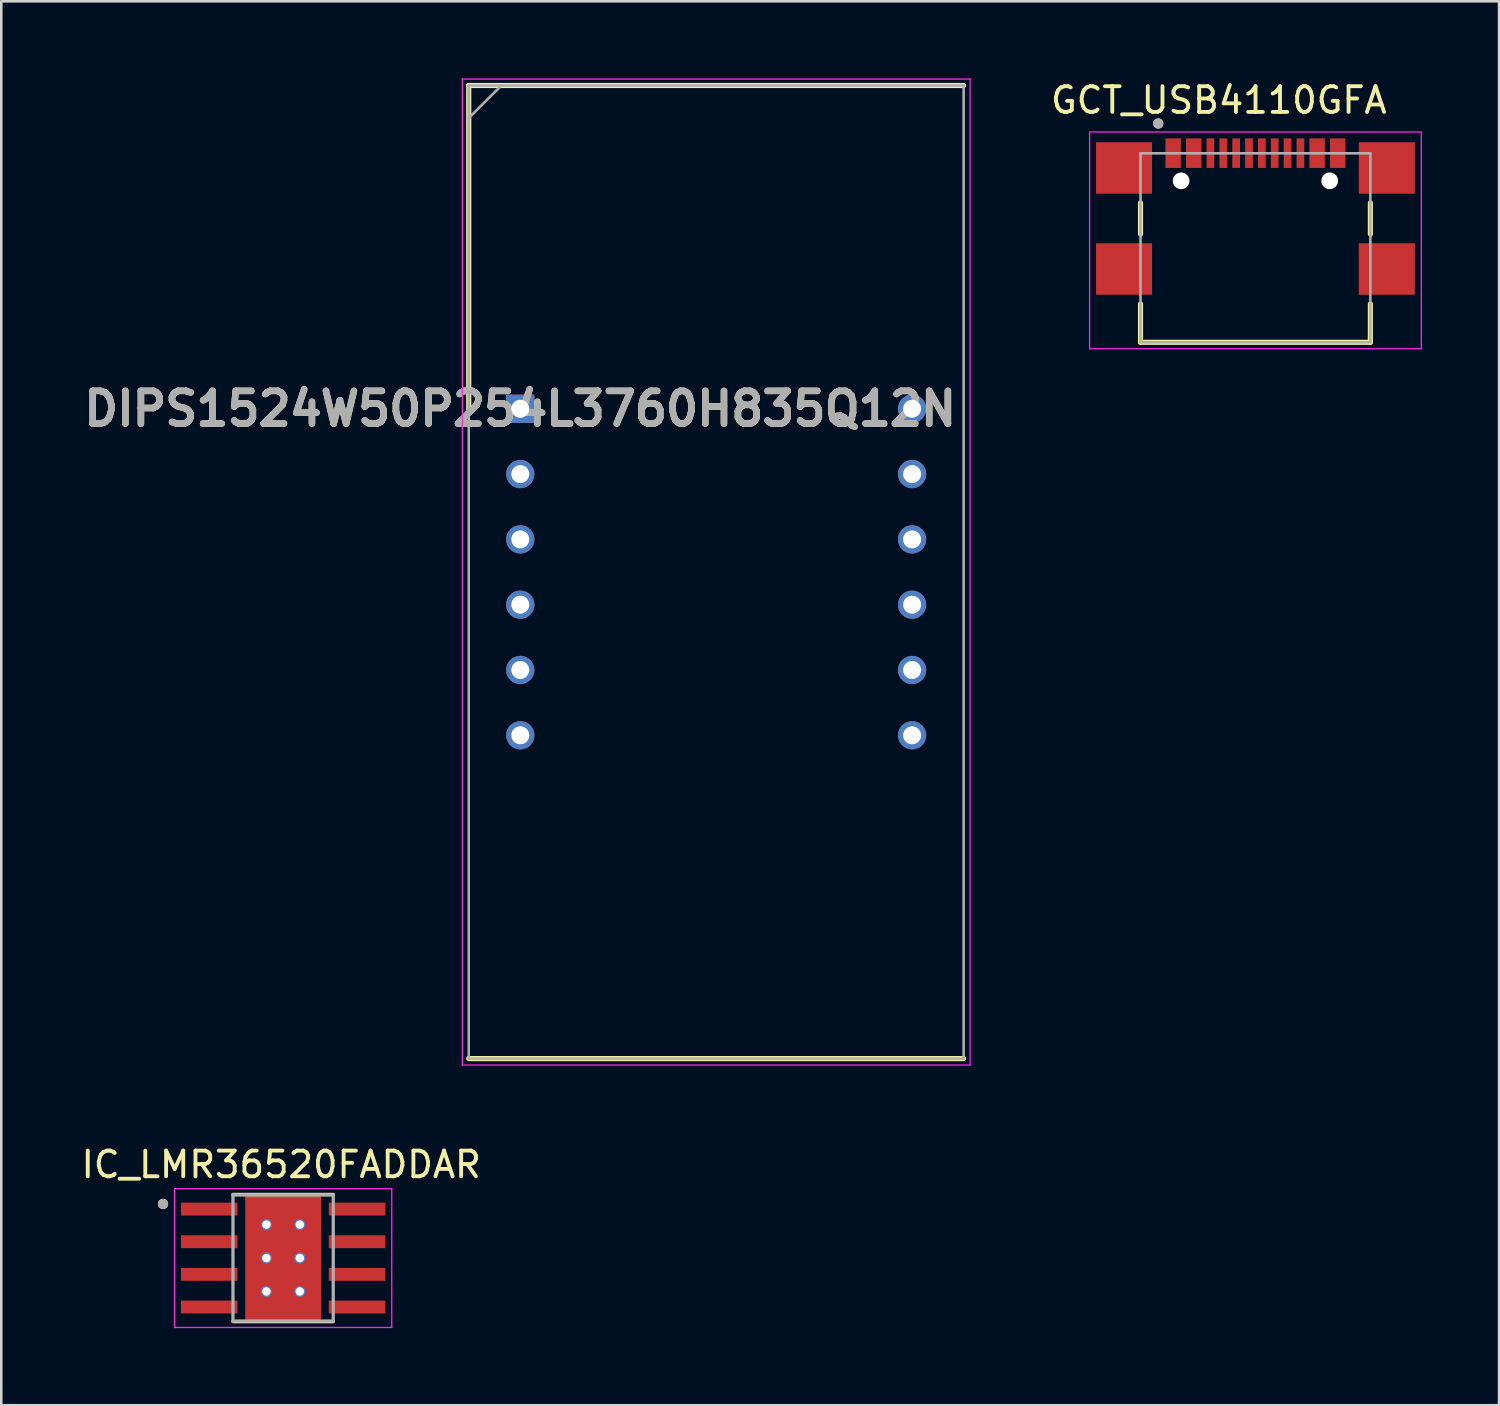
<source format=kicad_pcb>
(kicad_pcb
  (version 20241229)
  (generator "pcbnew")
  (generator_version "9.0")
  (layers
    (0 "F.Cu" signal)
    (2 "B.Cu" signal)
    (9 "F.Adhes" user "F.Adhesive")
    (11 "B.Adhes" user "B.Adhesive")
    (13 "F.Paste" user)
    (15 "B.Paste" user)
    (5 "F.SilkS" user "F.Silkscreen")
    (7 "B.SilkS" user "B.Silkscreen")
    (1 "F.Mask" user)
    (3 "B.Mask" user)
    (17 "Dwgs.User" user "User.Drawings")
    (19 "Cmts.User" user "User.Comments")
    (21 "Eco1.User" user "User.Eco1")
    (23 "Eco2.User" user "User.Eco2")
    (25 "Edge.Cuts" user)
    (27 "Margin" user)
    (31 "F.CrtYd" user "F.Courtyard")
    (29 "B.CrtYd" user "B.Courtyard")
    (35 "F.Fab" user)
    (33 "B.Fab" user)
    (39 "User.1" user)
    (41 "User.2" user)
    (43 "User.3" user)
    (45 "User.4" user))
  (footprint "DIPS1524W50P254L3760H835Q12N"
    (layer "F.Cu")
    (at 17.187 12.85)
    (property "Reference" "DIPS1524W50P254L3760H835Q12N" (at 0 0 0) (layer "F.SilkS") (effects (font (size 1.27 1.27) (thickness 0.254))))
    (attr through_hole)
    (fp_line (start -2.005 -12.575) (end -2.005 0) (stroke (width 0.2) (type solid)) (layer "F.SilkS"))
    (fp_line (start -2.005 25.275) (end 17.245 25.275) (stroke (width 0.2) (type solid)) (layer "F.SilkS"))
    (fp_line (start 17.245 -12.575) (end -2.005 -12.575) (stroke (width 0.2) (type solid)) (layer "F.SilkS"))
    (fp_line (start -2.255 -12.825) (end 17.495 -12.825) (stroke (width 0.05) (type solid)) (layer "F.CrtYd"))
    (fp_line (start -2.255 25.525) (end -2.255 -12.825) (stroke (width 0.05) (type solid)) (layer "F.CrtYd"))
    (fp_line (start 17.495 -12.825) (end 17.495 25.525) (stroke (width 0.05) (type solid)) (layer "F.CrtYd"))
    (fp_line (start 17.495 25.525) (end -2.255 25.525) (stroke (width 0.05) (type solid)) (layer "F.CrtYd"))
    (fp_line (start -2.005 -12.575) (end 17.245 -12.575) (stroke (width 0.1) (type solid)) (layer "F.Fab"))
    (fp_line (start -2.005 -11.305) (end -0.735 -12.575) (stroke (width 0.1) (type solid)) (layer "F.Fab"))
    (fp_line (start -2.005 25.275) (end -2.005 -12.575) (stroke (width 0.1) (type solid)) (layer "F.Fab"))
    (fp_line (start 17.245 -12.575) (end 17.245 25.275) (stroke (width 0.1) (type solid)) (layer "F.Fab"))
    (fp_line (start 17.245 25.275) (end -2.005 25.275) (stroke (width 0.1) (type solid)) (layer "F.Fab"))
    (fp_text user "${REFERENCE}" (at 0 0 0) (layer "F.Fab") (effects (font (size 1.27 1.27) (thickness 0.254))))
    (pad "1" thru_hole rect (at 0 0) (size 1.1 1.1) (drill 0.7) (layers "*.Cu" "*.Mask"))
    (pad "2" thru_hole circle (at 0 2.54) (size 1.1 1.1) (drill 0.7) (layers "*.Cu" "*.Mask"))
    (pad "3" thru_hole circle (at 0 5.08) (size 1.1 1.1) (drill 0.7) (layers "*.Cu" "*.Mask"))
    (pad "4" thru_hole circle (at 0 7.62) (size 1.1 1.1) (drill 0.7) (layers "*.Cu" "*.Mask"))
    (pad "5" thru_hole circle (at 0 10.16) (size 1.1 1.1) (drill 0.7) (layers "*.Cu" "*.Mask"))
    (pad "6" thru_hole circle (at 0 12.7) (size 1.1 1.1) (drill 0.7) (layers "*.Cu" "*.Mask"))
    (pad "7" thru_hole circle (at 15.24 12.7) (size 1.1 1.1) (drill 0.7) (layers "*.Cu" "*.Mask"))
    (pad "8" thru_hole circle (at 15.24 10.16) (size 1.1 1.1) (drill 0.7) (layers "*.Cu" "*.Mask"))
    (pad "9" thru_hole circle (at 15.24 7.62) (size 1.1 1.1) (drill 0.7) (layers "*.Cu" "*.Mask"))
    (pad "10" thru_hole circle (at 15.24 5.08) (size 1.1 1.1) (drill 0.7) (layers "*.Cu" "*.Mask"))
    (pad "11" thru_hole circle (at 15.24 2.54) (size 1.1 1.1) (drill 0.7) (layers "*.Cu" "*.Mask"))
    (pad "12" thru_hole circle (at 15.24 0) (size 1.1 1.1) (drill 0.7) (layers "*.Cu" "*.Mask")))
  (footprint "IC_LMR36520FADDAR"
    (layer "F.Cu")
    (at 7.962 45.883)
    (property "Reference" "IC_LMR36520FADDAR" (at -0.075 -3.635 0) (layer "F.SilkS") (effects (font (size 1 1) (thickness 0.15))))
    (attr smd)
    (fp_poly (pts (xy -4.045 -2.225) (xy -4.045 -1.585) (xy -1.705 -1.585) (xy -1.705 -2.225)) (stroke (width 0.01) (type solid)) (fill yes) (layer "F.Mask"))
    (fp_poly (pts (xy -4.045 -0.955) (xy -4.045 -0.315) (xy -1.705 -0.315) (xy -1.705 -0.955)) (stroke (width 0.01) (type solid)) (fill yes) (layer "F.Mask"))
    (fp_poly (pts (xy -4.045 0.315) (xy -4.045 0.955) (xy -1.705 0.955) (xy -1.705 0.315)) (stroke (width 0.01) (type solid)) (fill yes) (layer "F.Mask"))
    (fp_poly (pts (xy -4.045 1.585) (xy -4.045 2.225) (xy -1.705 2.225) (xy -1.705 1.585)) (stroke (width 0.01) (type solid)) (fill yes) (layer "F.Mask"))
    (fp_poly (pts (xy -1.2 -1.55) (xy 1.2 -1.55) (xy 1.2 1.55) (xy -1.2 1.55)) (stroke (width 0.01) (type solid)) (fill yes) (layer "F.Mask"))
    (fp_poly (pts (xy 1.705 -2.225) (xy 1.705 -1.585) (xy 4.045 -1.585) (xy 4.045 -2.225)) (stroke (width 0.01) (type solid)) (fill yes) (layer "F.Mask"))
    (fp_poly (pts (xy 1.705 -0.955) (xy 1.705 -0.315) (xy 4.045 -0.315) (xy 4.045 -0.955)) (stroke (width 0.01) (type solid)) (fill yes) (layer "F.Mask"))
    (fp_poly (pts (xy 1.705 0.315) (xy 1.705 0.955) (xy 4.045 0.955) (xy 4.045 0.315)) (stroke (width 0.01) (type solid)) (fill yes) (layer "F.Mask"))
    (fp_poly (pts (xy 1.705 1.585) (xy 1.705 2.225) (xy 4.045 2.225) (xy 4.045 1.585)) (stroke (width 0.01) (type solid)) (fill yes) (layer "F.Mask"))
    (fp_line (start -1.95 -2.475) (end 1.95 -2.475) (stroke (width 0.127) (type solid)) (layer "F.SilkS"))
    (fp_line (start -1.95 2.475) (end 1.95 2.475) (stroke (width 0.127) (type solid)) (layer "F.SilkS"))
    (fp_circle (center -4.67 -2.105) (end -4.57 -2.105) (stroke (width 0.2) (type solid)) (fill no) (layer "F.SilkS"))
    (fp_poly (pts (xy -1.2 -1.55) (xy 1.2 -1.55) (xy 1.2 1.55) (xy -1.2 1.55)) (stroke (width 0.01) (type solid)) (fill yes) (layer "F.Paste"))
    (fp_line (start -4.225 -2.7) (end -4.225 2.7) (stroke (width 0.05) (type solid)) (layer "F.CrtYd"))
    (fp_line (start -4.225 -2.7) (end 4.225 -2.7) (stroke (width 0.05) (type solid)) (layer "F.CrtYd"))
    (fp_line (start -4.225 2.7) (end 4.225 2.7) (stroke (width 0.05) (type solid)) (layer "F.CrtYd"))
    (fp_line (start 4.225 -2.7) (end 4.225 2.7) (stroke (width 0.05) (type solid)) (layer "F.CrtYd"))
    (fp_line (start -1.95 -2.45) (end -1.95 2.45) (stroke (width 0.127) (type solid)) (layer "F.Fab"))
    (fp_line (start -1.95 -2.45) (end 1.95 -2.45) (stroke (width 0.127) (type solid)) (layer "F.Fab"))
    (fp_line (start -1.95 2.45) (end 1.95 2.45) (stroke (width 0.127) (type solid)) (layer "F.Fab"))
    (fp_line (start 1.95 -2.45) (end 1.95 2.45) (stroke (width 0.127) (type solid)) (layer "F.Fab"))
    (fp_circle (center -4.67 -2.105) (end -4.57 -2.105) (stroke (width 0.2) (type solid)) (fill no) (layer "F.Fab"))
    (pad "1" smd roundrect (at -2.875 -1.905) (size 2.2 0.5) (layers "F.Cu" "F.Paste") (roundrect_rratio 0.025))
    (pad "2" smd roundrect (at -2.875 -0.635) (size 2.2 0.5) (layers "F.Cu" "F.Paste") (roundrect_rratio 0.025))
    (pad "3" smd roundrect (at -2.875 0.635) (size 2.2 0.5) (layers "F.Cu" "F.Paste") (roundrect_rratio 0.025))
    (pad "4" smd roundrect (at -2.875 1.905) (size 2.2 0.5) (layers "F.Cu" "F.Paste") (roundrect_rratio 0.025))
    (pad "5" smd roundrect (at 2.875 1.905) (size 2.2 0.5) (layers "F.Cu" "F.Paste") (roundrect_rratio 0.025))
    (pad "6" smd roundrect (at 2.875 0.635) (size 2.2 0.5) (layers "F.Cu" "F.Paste") (roundrect_rratio 0.025))
    (pad "7" smd roundrect (at 2.875 -0.635) (size 2.2 0.5) (layers "F.Cu" "F.Paste") (roundrect_rratio 0.025))
    (pad "8" smd roundrect (at 2.875 -1.905) (size 2.2 0.5) (layers "F.Cu" "F.Paste") (roundrect_rratio 0.025))
    (pad "9" smd rect (at 0 0) (size 2.95 4.9) (layers "F.Cu"))
    (pad "10" thru_hole circle (at -0.65 -1.3) (size 0.43 0.43) (drill 0.33) (layers "*.Cu"))
    (pad "11" thru_hole circle (at 0.65 -1.3) (size 0.43 0.43) (drill 0.33) (layers "*.Cu"))
    (pad "12" thru_hole circle (at -0.65 0) (size 0.43 0.43) (drill 0.33) (layers "*.Cu"))
    (pad "13" thru_hole circle (at 0.65 0) (size 0.43 0.43) (drill 0.33) (layers "*.Cu"))
    (pad "14" thru_hole circle (at -0.65 1.3) (size 0.43 0.43) (drill 0.33) (layers "*.Cu"))
    (pad "15" thru_hole circle (at 0.65 1.3) (size 0.43 0.43) (drill 0.33) (layers "*.Cu")))
  (footprint "GCT_USB4110GFA"
    (layer "F.Cu")
    (at 45.781 3.983)
    (property "Reference" "GCT_USB4110GFA" (at -1.425 -3.135 0) (layer "F.SilkS") (effects (font (size 1 1) (thickness 0.15))))
    (attr smd)
    (fp_line (start -4.47 0.86) (end -4.47 2.07) (stroke (width 0.2) (type solid)) (layer "F.SilkS"))
    (fp_line (start -4.47 4.79) (end -4.47 6.28) (stroke (width 0.2) (type solid)) (layer "F.SilkS"))
    (fp_line (start -4.47 6.28) (end 4.47 6.28) (stroke (width 0.2) (type solid)) (layer "F.SilkS"))
    (fp_line (start 4.47 0.86) (end 4.47 2.07) (stroke (width 0.2) (type solid)) (layer "F.SilkS"))
    (fp_line (start 4.47 6.28) (end 4.47 4.79) (stroke (width 0.2) (type solid)) (layer "F.SilkS"))
    (fp_circle (center -3.78 -2.23) (end -3.68 -2.23) (stroke (width 0.2) (type solid)) (fill no) (layer "F.SilkS"))
    (fp_line (start -6.45 -1.9) (end 6.45 -1.9) (stroke (width 0.05) (type solid)) (layer "F.CrtYd"))
    (fp_line (start -6.45 6.53) (end -6.45 -1.9) (stroke (width 0.05) (type solid)) (layer "F.CrtYd"))
    (fp_line (start 6.45 -1.9) (end 6.45 6.53) (stroke (width 0.05) (type solid)) (layer "F.CrtYd"))
    (fp_line (start 6.45 6.53) (end -6.45 6.53) (stroke (width 0.05) (type solid)) (layer "F.CrtYd"))
    (fp_line (start -4.47 -1.07) (end -4.47 6.28) (stroke (width 0.1) (type solid)) (layer "F.Fab"))
    (fp_line (start -4.47 6.28) (end 4.47 6.28) (stroke (width 0.1) (type solid)) (layer "F.Fab"))
    (fp_line (start 4.47 -1.07) (end -4.47 -1.07) (stroke (width 0.1) (type solid)) (layer "F.Fab"))
    (fp_line (start 4.47 6.28) (end 4.47 -1.07) (stroke (width 0.1) (type solid)) (layer "F.Fab"))
    (fp_circle (center -3.78 -2.23) (end -3.68 -2.23) (stroke (width 0.2) (type solid)) (fill no) (layer "F.Fab"))
    (pad "" np_thru_hole circle (at -2.89 0) (size 0.65 0.65) (drill 0.65) (layers "*.Cu" "*.Mask"))
    (pad "" np_thru_hole circle (at 2.89 0) (size 0.65 0.65) (drill 0.65) (layers "*.Cu" "*.Mask"))
    (pad "A1/B12" smd rect (at -3.2 -1.075) (size 0.6 1.15) (layers "F.Cu" "F.Mask" "F.Paste"))
    (pad "A4/B9" smd rect (at -2.4 -1.075) (size 0.6 1.15) (layers "F.Cu" "F.Mask" "F.Paste"))
    (pad "A5" smd rect (at -1.25 -1.075) (size 0.3 1.15) (layers "F.Cu" "F.Mask" "F.Paste"))
    (pad "A6" smd rect (at -0.25 -1.075) (size 0.3 1.15) (layers "F.Cu" "F.Mask" "F.Paste"))
    (pad "A7" smd rect (at 0.25 -1.075) (size 0.3 1.15) (layers "F.Cu" "F.Mask" "F.Paste"))
    (pad "A8" smd rect (at 1.25 -1.075) (size 0.3 1.15) (layers "F.Cu" "F.Mask" "F.Paste"))
    (pad "B1/A12" smd rect (at 3.2 -1.075) (size 0.6 1.15) (layers "F.Cu" "F.Mask" "F.Paste"))
    (pad "B4/A9" smd rect (at 2.4 -1.075) (size 0.6 1.15) (layers "F.Cu" "F.Mask" "F.Paste"))
    (pad "B5" smd rect (at 1.75 -1.075) (size 0.3 1.15) (layers "F.Cu" "F.Mask" "F.Paste"))
    (pad "B6" smd rect (at 0.75 -1.075) (size 0.3 1.15) (layers "F.Cu" "F.Mask" "F.Paste"))
    (pad "B7" smd rect (at -0.75 -1.075) (size 0.3 1.15) (layers "F.Cu" "F.Mask" "F.Paste"))
    (pad "B8" smd rect (at -1.75 -1.075) (size 0.3 1.15) (layers "F.Cu" "F.Mask" "F.Paste"))
    (pad "S1" smd rect (at -5.11 -0.5) (size 2.18 2) (layers "F.Cu" "F.Mask" "F.Paste"))
    (pad "S2" smd rect (at 5.11 -0.5) (size 2.18 2) (layers "F.Cu" "F.Mask" "F.Paste"))
    (pad "S3" smd rect (at -5.11 3.43) (size 2.18 2) (layers "F.Cu" "F.Mask" "F.Paste"))
    (pad "S4" smd rect (at 5.11 3.43) (size 2.18 2) (layers "F.Cu" "F.Mask" "F.Paste")))
  (gr_rect
    (start -3 -3)
    (end 55.256 51.608)
    (stroke (width 0.1) (type default))
    (fill no)
    (layer "Edge.Cuts")))
</source>
